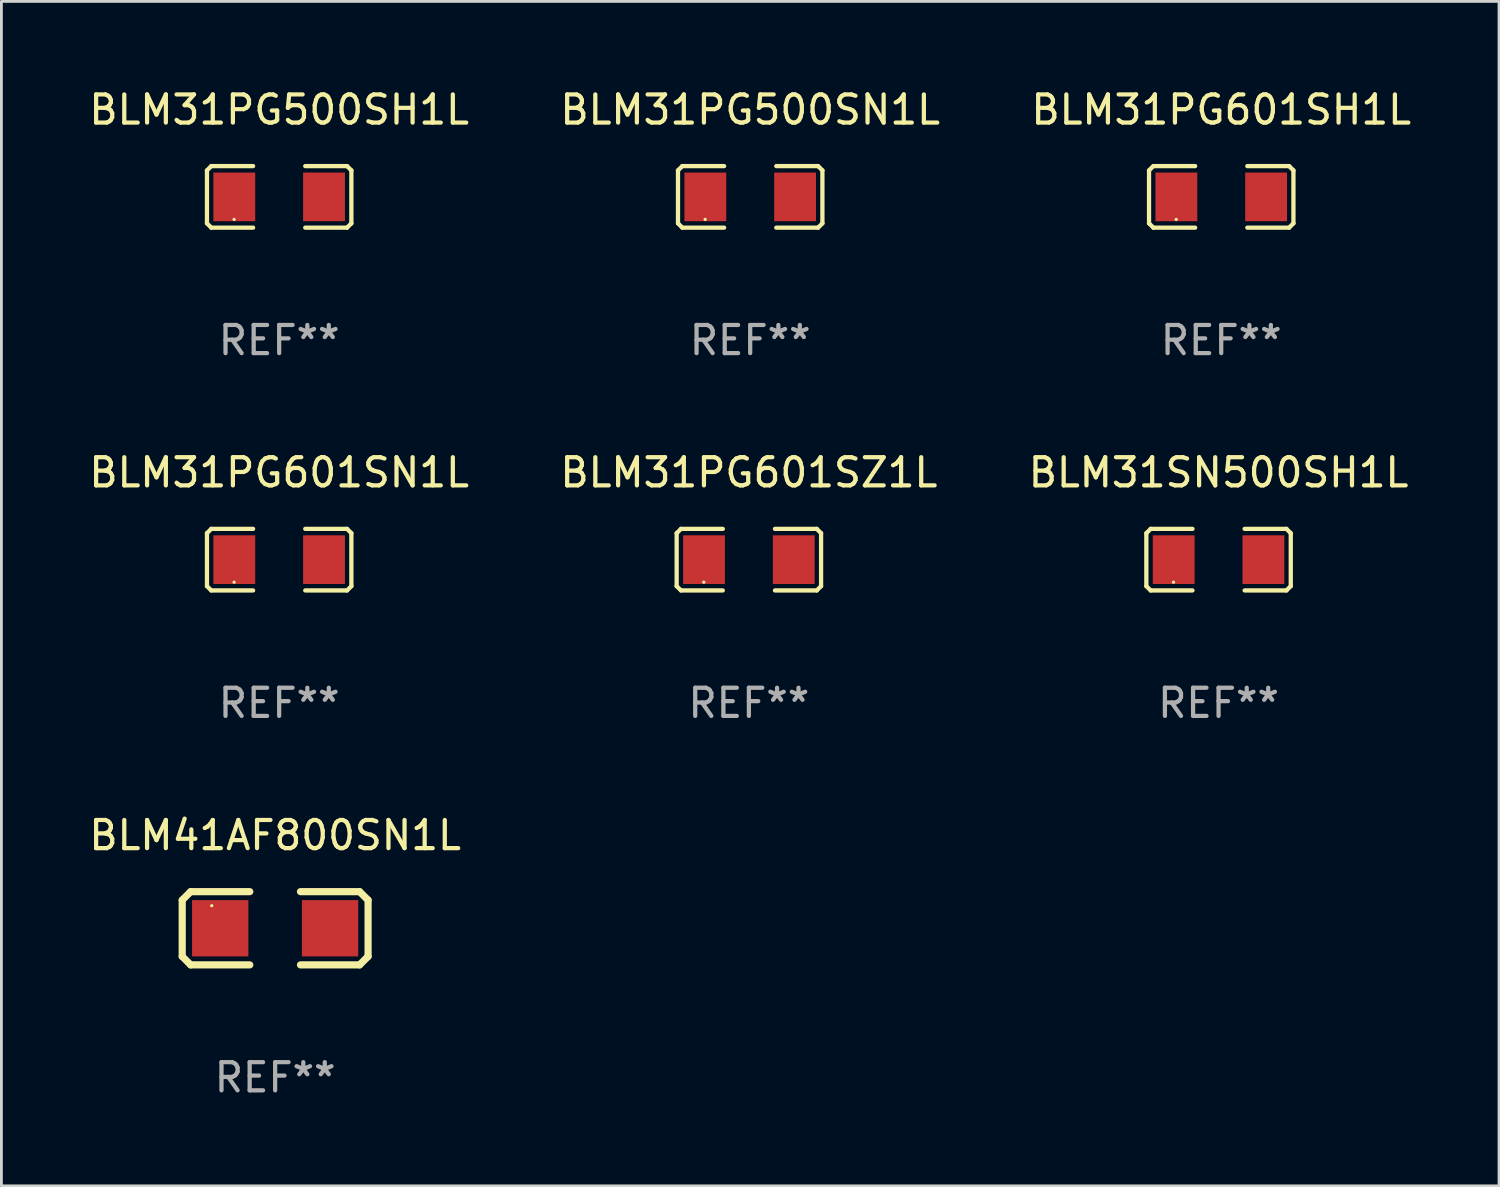
<source format=kicad_pcb>
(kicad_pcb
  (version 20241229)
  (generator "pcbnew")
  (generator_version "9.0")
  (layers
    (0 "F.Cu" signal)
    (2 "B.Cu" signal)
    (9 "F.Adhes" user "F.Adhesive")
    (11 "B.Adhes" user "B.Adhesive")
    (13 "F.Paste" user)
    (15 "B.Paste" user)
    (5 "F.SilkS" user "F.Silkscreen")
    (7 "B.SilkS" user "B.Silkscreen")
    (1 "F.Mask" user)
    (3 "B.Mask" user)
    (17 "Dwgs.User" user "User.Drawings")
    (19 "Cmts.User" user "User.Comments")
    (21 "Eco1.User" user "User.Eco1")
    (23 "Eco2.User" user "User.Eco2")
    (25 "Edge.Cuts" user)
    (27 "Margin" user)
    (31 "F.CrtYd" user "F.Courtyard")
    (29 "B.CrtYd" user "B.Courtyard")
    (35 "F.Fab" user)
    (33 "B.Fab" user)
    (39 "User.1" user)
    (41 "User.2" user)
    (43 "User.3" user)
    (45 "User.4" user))
  (footprint "BLM31PG500SN1L"
    (layer "F.Cu")
    (at 23.589 3.941)
    (property "Reference" "BLM31PG500SN1L" (at 0 -3.093 0) (layer "F.SilkS") (effects (font (size 1 1) (thickness 0.15))))
    (attr through_hole)
    (fp_line (start -2.564 -0.94) (end -2.411 -1.093) (stroke (width 0.152) (type solid)) (layer "F.SilkS"))
    (fp_line (start -2.564 0.94) (end -2.564 -0.94) (stroke (width 0.152) (type solid)) (layer "F.SilkS"))
    (fp_line (start -2.411 -1.093) (end -0.926 -1.093) (stroke (width 0.152) (type solid)) (layer "F.SilkS"))
    (fp_line (start -2.411 1.093) (end -2.564 0.94) (stroke (width 0.152) (type solid)) (layer "F.SilkS"))
    (fp_line (start -0.926 1.093) (end -2.411 1.093) (stroke (width 0.152) (type solid)) (layer "F.SilkS"))
    (fp_line (start 0.926 1.093) (end 2.411 1.093) (stroke (width 0.152) (type solid)) (layer "F.SilkS"))
    (fp_line (start 2.411 -1.093) (end 0.926 -1.093) (stroke (width 0.152) (type solid)) (layer "F.SilkS"))
    (fp_line (start 2.411 1.093) (end 2.564 0.94) (stroke (width 0.152) (type solid)) (layer "F.SilkS"))
    (fp_line (start 2.564 -0.94) (end 2.411 -1.093) (stroke (width 0.152) (type solid)) (layer "F.SilkS"))
    (fp_line (start 2.564 0.94) (end 2.564 -0.94) (stroke (width 0.152) (type solid)) (layer "F.SilkS"))
    (fp_circle (center -1.6 0.8) (end -1.57 0.8) (stroke (width 0.06) (type solid)) (fill no) (layer "F.SilkS"))
    (fp_text user "REF**" (at 0 5.093 0) (layer "F.Fab") (effects (font (size 1 1) (thickness 0.15))))
    (pad "1" smd rect (at -1.593 0) (size 1.485 1.728) (layers "F.Cu" "F.Mask" "F.Paste"))
    (pad "2" smd rect (at 1.593 0) (size 1.485 1.728) (layers "F.Cu" "F.Mask" "F.Paste")))
  (footprint "BLM31PG500SH1L"
    (layer "F.Cu")
    (at 6.863 3.941)
    (property "Reference" "BLM31PG500SH1L" (at 0 -3.093 0) (layer "F.SilkS") (effects (font (size 1 1) (thickness 0.15))))
    (attr through_hole)
    (fp_line (start -2.564 -0.94) (end -2.411 -1.093) (stroke (width 0.152) (type solid)) (layer "F.SilkS"))
    (fp_line (start -2.564 0.94) (end -2.564 -0.94) (stroke (width 0.152) (type solid)) (layer "F.SilkS"))
    (fp_line (start -2.411 -1.093) (end -0.926 -1.093) (stroke (width 0.152) (type solid)) (layer "F.SilkS"))
    (fp_line (start -2.411 1.093) (end -2.564 0.94) (stroke (width 0.152) (type solid)) (layer "F.SilkS"))
    (fp_line (start -0.926 1.093) (end -2.411 1.093) (stroke (width 0.152) (type solid)) (layer "F.SilkS"))
    (fp_line (start 0.926 1.093) (end 2.411 1.093) (stroke (width 0.152) (type solid)) (layer "F.SilkS"))
    (fp_line (start 2.411 -1.093) (end 0.926 -1.093) (stroke (width 0.152) (type solid)) (layer "F.SilkS"))
    (fp_line (start 2.411 1.093) (end 2.564 0.94) (stroke (width 0.152) (type solid)) (layer "F.SilkS"))
    (fp_line (start 2.564 -0.94) (end 2.411 -1.093) (stroke (width 0.152) (type solid)) (layer "F.SilkS"))
    (fp_line (start 2.564 0.94) (end 2.564 -0.94) (stroke (width 0.152) (type solid)) (layer "F.SilkS"))
    (fp_circle (center -1.6 0.8) (end -1.57 0.8) (stroke (width 0.06) (type solid)) (fill no) (layer "F.SilkS"))
    (fp_text user "REF**" (at 0 5.093 0) (layer "F.Fab") (effects (font (size 1 1) (thickness 0.15))))
    (pad "1" smd rect (at -1.593 0) (size 1.485 1.728) (layers "F.Cu" "F.Mask" "F.Paste"))
    (pad "2" smd rect (at 1.593 0) (size 1.485 1.728) (layers "F.Cu" "F.Mask" "F.Paste")))
  (footprint "BLM31PG601SN1L"
    (layer "F.Cu")
    (at 6.863 16.823)
    (property "Reference" "BLM31PG601SN1L" (at 0 -3.093 0) (layer "F.SilkS") (effects (font (size 1 1) (thickness 0.15))))
    (attr through_hole)
    (fp_line (start -2.564 -0.94) (end -2.411 -1.093) (stroke (width 0.152) (type solid)) (layer "F.SilkS"))
    (fp_line (start -2.564 0.94) (end -2.564 -0.94) (stroke (width 0.152) (type solid)) (layer "F.SilkS"))
    (fp_line (start -2.411 -1.093) (end -0.926 -1.093) (stroke (width 0.152) (type solid)) (layer "F.SilkS"))
    (fp_line (start -2.411 1.093) (end -2.564 0.94) (stroke (width 0.152) (type solid)) (layer "F.SilkS"))
    (fp_line (start -0.926 1.093) (end -2.411 1.093) (stroke (width 0.152) (type solid)) (layer "F.SilkS"))
    (fp_line (start 0.926 1.093) (end 2.411 1.093) (stroke (width 0.152) (type solid)) (layer "F.SilkS"))
    (fp_line (start 2.411 -1.093) (end 0.926 -1.093) (stroke (width 0.152) (type solid)) (layer "F.SilkS"))
    (fp_line (start 2.411 1.093) (end 2.564 0.94) (stroke (width 0.152) (type solid)) (layer "F.SilkS"))
    (fp_line (start 2.564 -0.94) (end 2.411 -1.093) (stroke (width 0.152) (type solid)) (layer "F.SilkS"))
    (fp_line (start 2.564 0.94) (end 2.564 -0.94) (stroke (width 0.152) (type solid)) (layer "F.SilkS"))
    (fp_circle (center -1.6 0.8) (end -1.57 0.8) (stroke (width 0.06) (type solid)) (fill no) (layer "F.SilkS"))
    (fp_text user "REF**" (at 0 5.093 0) (layer "F.Fab") (effects (font (size 1 1) (thickness 0.15))))
    (pad "1" smd rect (at -1.593 0) (size 1.485 1.728) (layers "F.Cu" "F.Mask" "F.Paste"))
    (pad "2" smd rect (at 1.593 0) (size 1.485 1.728) (layers "F.Cu" "F.Mask" "F.Paste")))
  (footprint "BLM31PG601SZ1L"
    (layer "F.Cu")
    (at 23.542 16.823)
    (property "Reference" "BLM31PG601SZ1L" (at 0 -3.093 0) (layer "F.SilkS") (effects (font (size 1 1) (thickness 0.15))))
    (attr through_hole)
    (fp_line (start -2.564 -0.94) (end -2.411 -1.093) (stroke (width 0.152) (type solid)) (layer "F.SilkS"))
    (fp_line (start -2.564 0.94) (end -2.564 -0.94) (stroke (width 0.152) (type solid)) (layer "F.SilkS"))
    (fp_line (start -2.411 -1.093) (end -0.926 -1.093) (stroke (width 0.152) (type solid)) (layer "F.SilkS"))
    (fp_line (start -2.411 1.093) (end -2.564 0.94) (stroke (width 0.152) (type solid)) (layer "F.SilkS"))
    (fp_line (start -0.926 1.093) (end -2.411 1.093) (stroke (width 0.152) (type solid)) (layer "F.SilkS"))
    (fp_line (start 0.926 1.093) (end 2.411 1.093) (stroke (width 0.152) (type solid)) (layer "F.SilkS"))
    (fp_line (start 2.411 -1.093) (end 0.926 -1.093) (stroke (width 0.152) (type solid)) (layer "F.SilkS"))
    (fp_line (start 2.411 1.093) (end 2.564 0.94) (stroke (width 0.152) (type solid)) (layer "F.SilkS"))
    (fp_line (start 2.564 -0.94) (end 2.411 -1.093) (stroke (width 0.152) (type solid)) (layer "F.SilkS"))
    (fp_line (start 2.564 0.94) (end 2.564 -0.94) (stroke (width 0.152) (type solid)) (layer "F.SilkS"))
    (fp_circle (center -1.6 0.8) (end -1.57 0.8) (stroke (width 0.06) (type solid)) (fill no) (layer "F.SilkS"))
    (fp_text user "REF**" (at 0 5.093 0) (layer "F.Fab") (effects (font (size 1 1) (thickness 0.15))))
    (pad "1" smd rect (at -1.593 0) (size 1.485 1.728) (layers "F.Cu" "F.Mask" "F.Paste"))
    (pad "2" smd rect (at 1.593 0) (size 1.485 1.728) (layers "F.Cu" "F.Mask" "F.Paste")))
  (footprint "BLM31SN500SH1L"
    (layer "F.Cu")
    (at 40.22 16.823)
    (property "Reference" "BLM31SN500SH1L" (at 0 -3.093 0) (layer "F.SilkS") (effects (font (size 1 1) (thickness 0.15))))
    (attr through_hole)
    (fp_line (start -2.564 -0.94) (end -2.411 -1.093) (stroke (width 0.152) (type solid)) (layer "F.SilkS"))
    (fp_line (start -2.564 0.94) (end -2.564 -0.94) (stroke (width 0.152) (type solid)) (layer "F.SilkS"))
    (fp_line (start -2.411 -1.093) (end -0.926 -1.093) (stroke (width 0.152) (type solid)) (layer "F.SilkS"))
    (fp_line (start -2.411 1.093) (end -2.564 0.94) (stroke (width 0.152) (type solid)) (layer "F.SilkS"))
    (fp_line (start -0.926 1.093) (end -2.411 1.093) (stroke (width 0.152) (type solid)) (layer "F.SilkS"))
    (fp_line (start 0.926 1.093) (end 2.411 1.093) (stroke (width 0.152) (type solid)) (layer "F.SilkS"))
    (fp_line (start 2.411 -1.093) (end 0.926 -1.093) (stroke (width 0.152) (type solid)) (layer "F.SilkS"))
    (fp_line (start 2.411 1.093) (end 2.564 0.94) (stroke (width 0.152) (type solid)) (layer "F.SilkS"))
    (fp_line (start 2.564 -0.94) (end 2.411 -1.093) (stroke (width 0.152) (type solid)) (layer "F.SilkS"))
    (fp_line (start 2.564 0.94) (end 2.564 -0.94) (stroke (width 0.152) (type solid)) (layer "F.SilkS"))
    (fp_circle (center -1.6 0.8) (end -1.57 0.8) (stroke (width 0.06) (type solid)) (fill no) (layer "F.SilkS"))
    (fp_text user "REF**" (at 0 5.093 0) (layer "F.Fab") (effects (font (size 1 1) (thickness 0.15))))
    (pad "1" smd rect (at -1.593 0) (size 1.485 1.728) (layers "F.Cu" "F.Mask" "F.Paste"))
    (pad "2" smd rect (at 1.593 0) (size 1.485 1.728) (layers "F.Cu" "F.Mask" "F.Paste")))
  (footprint "BLM31PG601SH1L"
    (layer "F.Cu")
    (at 40.315 3.941)
    (property "Reference" "BLM31PG601SH1L" (at 0 -3.093 0) (layer "F.SilkS") (effects (font (size 1 1) (thickness 0.15))))
    (attr through_hole)
    (fp_line (start -2.564 -0.94) (end -2.411 -1.093) (stroke (width 0.152) (type solid)) (layer "F.SilkS"))
    (fp_line (start -2.564 0.94) (end -2.564 -0.94) (stroke (width 0.152) (type solid)) (layer "F.SilkS"))
    (fp_line (start -2.411 -1.093) (end -0.926 -1.093) (stroke (width 0.152) (type solid)) (layer "F.SilkS"))
    (fp_line (start -2.411 1.093) (end -2.564 0.94) (stroke (width 0.152) (type solid)) (layer "F.SilkS"))
    (fp_line (start -0.926 1.093) (end -2.411 1.093) (stroke (width 0.152) (type solid)) (layer "F.SilkS"))
    (fp_line (start 0.926 1.093) (end 2.411 1.093) (stroke (width 0.152) (type solid)) (layer "F.SilkS"))
    (fp_line (start 2.411 -1.093) (end 0.926 -1.093) (stroke (width 0.152) (type solid)) (layer "F.SilkS"))
    (fp_line (start 2.411 1.093) (end 2.564 0.94) (stroke (width 0.152) (type solid)) (layer "F.SilkS"))
    (fp_line (start 2.564 -0.94) (end 2.411 -1.093) (stroke (width 0.152) (type solid)) (layer "F.SilkS"))
    (fp_line (start 2.564 0.94) (end 2.564 -0.94) (stroke (width 0.152) (type solid)) (layer "F.SilkS"))
    (fp_circle (center -1.6 0.8) (end -1.57 0.8) (stroke (width 0.06) (type solid)) (fill no) (layer "F.SilkS"))
    (fp_text user "REF**" (at 0 5.093 0) (layer "F.Fab") (effects (font (size 1 1) (thickness 0.15))))
    (pad "1" smd rect (at -1.593 0) (size 1.485 1.728) (layers "F.Cu" "F.Mask" "F.Paste"))
    (pad "2" smd rect (at 1.593 0) (size 1.485 1.728) (layers "F.Cu" "F.Mask" "F.Paste")))
  (footprint "BLM41AF800SN1L"
    (layer "F.Cu")
    (at 6.72 29.912)
    (property "Reference" "BLM41AF800SN1L" (at 0 -3.3 0) (layer "F.SilkS") (effects (font (size 1 1) (thickness 0.15))))
    (attr through_hole)
    (fp_line (start -3.3 -1) (end -3.3 1) (stroke (width 0.254) (type solid)) (layer "F.SilkS"))
    (fp_line (start -3.3 -1) (end -3 -1.3) (stroke (width 0.254) (type solid)) (layer "F.SilkS"))
    (fp_line (start -3 -1.3) (end -0.9 -1.3) (stroke (width 0.254) (type solid)) (layer "F.SilkS"))
    (fp_line (start -3 1.3) (end -3.3 1) (stroke (width 0.254) (type solid)) (layer "F.SilkS"))
    (fp_line (start -3 1.3) (end -0.9 1.3) (stroke (width 0.254) (type solid)) (layer "F.SilkS"))
    (fp_line (start 0.9 -1.3) (end 3 -1.3) (stroke (width 0.254) (type solid)) (layer "F.SilkS"))
    (fp_line (start 0.9 1.3) (end 3 1.3) (stroke (width 0.254) (type solid)) (layer "F.SilkS"))
    (fp_line (start 3 -1.3) (end 3.3 -1) (stroke (width 0.254) (type solid)) (layer "F.SilkS"))
    (fp_line (start 3 1.3) (end 3.3 1) (stroke (width 0.254) (type solid)) (layer "F.SilkS"))
    (fp_line (start 3.3 -1) (end 3.3 1) (stroke (width 0.254) (type solid)) (layer "F.SilkS"))
    (fp_circle (center -2.25 -0.8) (end -2.22 -0.8) (stroke (width 0.06) (type solid)) (fill no) (layer "F.SilkS"))
    (fp_text user "REF**" (at 0 5.3 0) (layer "F.Fab") (effects (font (size 1 1) (thickness 0.15))))
    (pad "1" smd rect (at -1.95 0) (size 2 2) (layers "F.Cu" "F.Mask" "F.Paste"))
    (pad "2" smd rect (at 1.95 0) (size 2 2) (layers "F.Cu" "F.Mask" "F.Paste")))
  (gr_rect
    (start -3 -3)
    (end 50.179 39.06)
    (stroke (width 0.1) (type default))
    (fill no)
    (layer "Edge.Cuts")))
</source>
